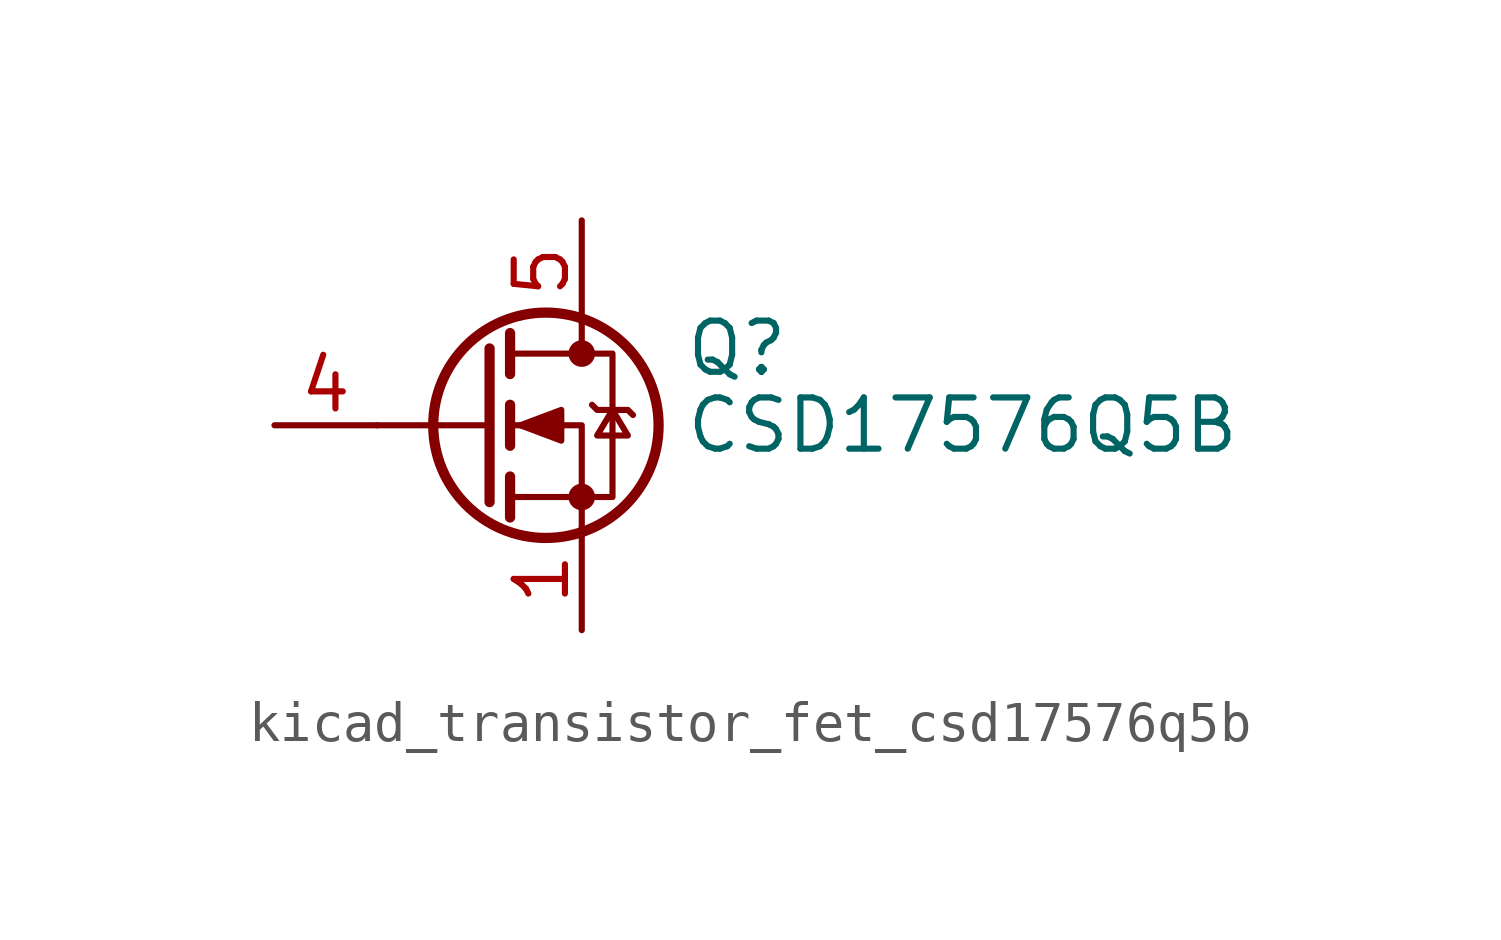
<source format=kicad_sym>
(kicad_symbol_lib
  (version 20220914)
  (generator kicad_symbol_editor)
  (symbol "kicad_transistor_fet_csd17576q5b"
    (pin_names hide)
    (property "Reference" "Q"
      (at 5.08 1.905 0)
      (effects (font (size 1.27 1.27)) (justify left)))
    (property "Value" "CSD17576Q5B"
      (at 5.08 0 0)
      (effects (font (size 1.27 1.27)) (justify left)))
    (symbol "kicad_transistor_fet_csd17576q5b_0_1"
      (polyline (pts (xy 0.254 0) (xy -2.54 0)) (stroke (width 0) (type default)) (fill (type none)))
      (polyline (pts (xy 0.254 1.905) (xy 0.254 -1.905)) (stroke (width 0.254) (type default)) (fill (type none)))
      (polyline (pts (xy 0.762 -1.27) (xy 0.762 -2.286)) (stroke (width 0.254) (type default)) (fill (type none)))
      (polyline (pts (xy 0.762 0.508) (xy 0.762 -0.508)) (stroke (width 0.254) (type default)) (fill (type none)))
      (polyline (pts (xy 0.762 2.286) (xy 0.762 1.27)) (stroke (width 0.254) (type default)) (fill (type none)))
      (polyline (pts (xy 2.54 2.54) (xy 2.54 1.778)) (stroke (width 0) (type default)) (fill (type none)))
      (polyline (pts (xy 2.54 -2.54) (xy 2.54 0) (xy 0.762 0)) (stroke (width 0) (type default)) (fill (type none)))
      (polyline (pts (xy 0.762 -1.778) (xy 3.302 -1.778) (xy 3.302 1.778) (xy 0.762 1.778)) (stroke (width 0) (type default)) (fill (type none)))
      (polyline (pts (xy 1.016 0) (xy 2.032 0.381) (xy 2.032 -0.381) (xy 1.016 0)) (stroke (width 0) (type default)) (fill (type outline)))
      (polyline (pts (xy 2.794 0.508) (xy 2.921 0.381) (xy 3.683 0.381) (xy 3.81 0.254)) (stroke (width 0) (type default)) (fill (type none)))
      (polyline (pts (xy 3.302 0.381) (xy 2.921 -0.254) (xy 3.683 -0.254) (xy 3.302 0.381)) (stroke (width 0) (type default)) (fill (type none)))
      (circle (center 1.651 0) (radius 2.794) (stroke (width 0.254) (type default)) (fill (type none)))
      (circle (center 2.54 -1.778) (radius 0.254) (stroke (width 0) (type default)) (fill (type outline)))
      (circle (center 2.54 1.778) (radius 0.254) (stroke (width 0) (type default)) (fill (type outline))))
    (symbol "kicad_transistor_fet_csd17576q5b_1_1"
      (pin passive line (at 2.54 -5.08 90) (length 2.54) (name "S" (effects (font (size 1.27 1.27)))) (number "1" (effects (font (size 1.27 1.27)))))
      (pin passive line (at 2.54 -5.08 90) (length 2.54) hide (name "S" (effects (font (size 1.27 1.27)))) (number "2" (effects (font (size 1.27 1.27)))))
      (pin passive line (at 2.54 -5.08 90) (length 2.54) hide (name "S" (effects (font (size 1.27 1.27)))) (number "3" (effects (font (size 1.27 1.27)))))
      (pin passive line (at -5.08 0 0) (length 2.54) (name "G" (effects (font (size 1.27 1.27)))) (number "4" (effects (font (size 1.27 1.27)))))
      (pin passive line (at 2.54 5.08 270) (length 2.54) (name "D" (effects (font (size 1.27 1.27)))) (number "5" (effects (font (size 1.27 1.27))))))))
</source>
